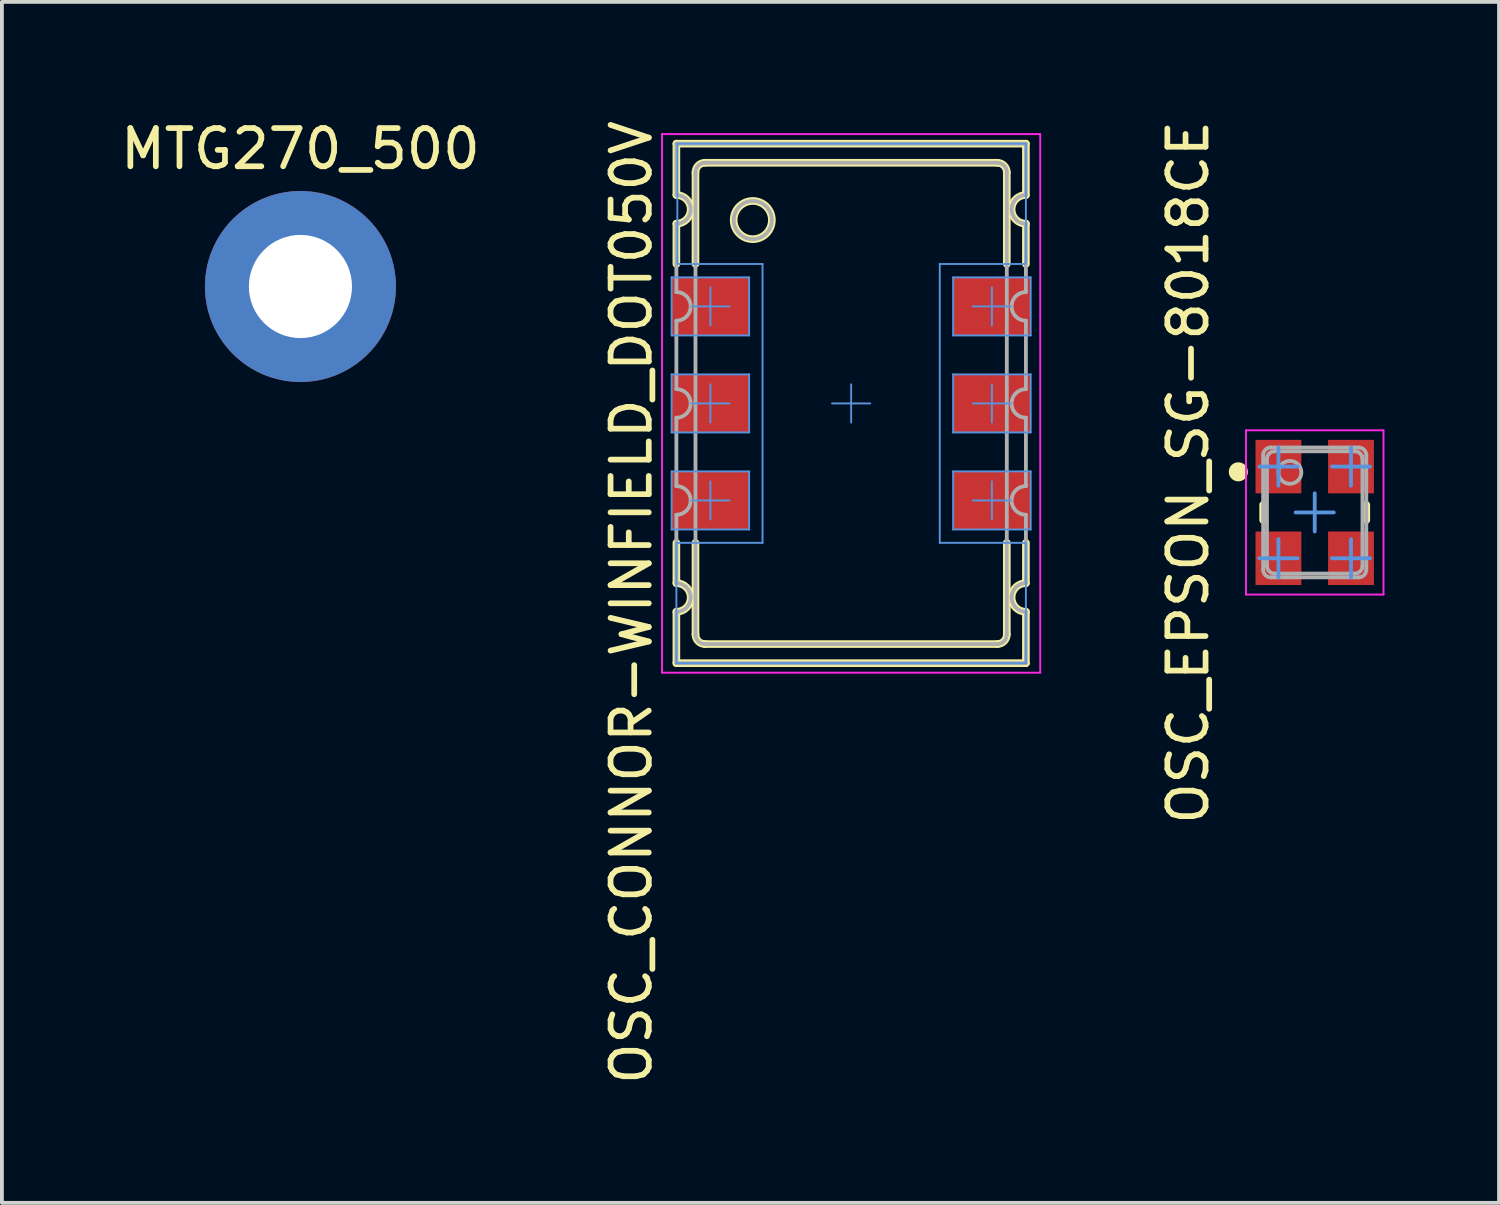
<source format=kicad_pcb>
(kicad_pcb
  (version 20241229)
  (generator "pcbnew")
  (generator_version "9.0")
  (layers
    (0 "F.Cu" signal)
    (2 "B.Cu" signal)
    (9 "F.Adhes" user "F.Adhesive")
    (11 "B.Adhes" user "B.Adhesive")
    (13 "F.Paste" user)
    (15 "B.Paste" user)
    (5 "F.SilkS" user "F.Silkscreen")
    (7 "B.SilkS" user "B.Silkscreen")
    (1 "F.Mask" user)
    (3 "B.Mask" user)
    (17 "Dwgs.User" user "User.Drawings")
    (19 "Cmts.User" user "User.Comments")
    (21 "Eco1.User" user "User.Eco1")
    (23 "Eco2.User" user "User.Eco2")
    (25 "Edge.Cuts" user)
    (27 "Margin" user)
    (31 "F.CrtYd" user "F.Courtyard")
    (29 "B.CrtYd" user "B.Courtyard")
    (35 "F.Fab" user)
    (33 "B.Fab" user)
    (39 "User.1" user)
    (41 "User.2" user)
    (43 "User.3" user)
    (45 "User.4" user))
  (footprint "OSC_CONNOR-WINFIELD_DOT050V"
    (layer "F.Cu")
    (at 19.232 7.511)
    (property "Reference" "OSC_CONNOR-WINFIELD_DOT050V" (at -5.753 5.209 270) (layer "F.SilkS") (effects (font (size 1 1) (thickness 0.15))))
    (attr smd)
    (fp_line (start -4.575 -6.8) (end 4.575 -6.8) (stroke (width 0.2) (type solid)) (layer "F.SilkS"))
    (fp_line (start -4.575 -5.455) (end -4.575 -6.8) (stroke (width 0.2) (type solid)) (layer "F.SilkS"))
    (fp_line (start -4.575 -3.65) (end -4.575 -4.705) (stroke (width 0.2) (type solid)) (layer "F.SilkS"))
    (fp_line (start -4.575 4.705) (end -4.575 3.65) (stroke (width 0.2) (type solid)) (layer "F.SilkS"))
    (fp_line (start -4.575 6.8) (end -4.575 5.455) (stroke (width 0.2) (type solid)) (layer "F.SilkS"))
    (fp_line (start -4.575 6.8) (end 4.575 6.8) (stroke (width 0.2) (type solid)) (layer "F.SilkS"))
    (fp_line (start -4.075 -3.65) (end -4.075 -6.05) (stroke (width 0.2) (type solid)) (layer "F.SilkS"))
    (fp_line (start -4.075 6.05) (end -4.075 3.65) (stroke (width 0.2) (type solid)) (layer "F.SilkS"))
    (fp_line (start -3.825 -6.3) (end 3.825 -6.3) (stroke (width 0.2) (type solid)) (layer "F.SilkS"))
    (fp_line (start -3.825 6.3) (end 3.825 6.3) (stroke (width 0.2) (type solid)) (layer "F.SilkS"))
    (fp_line (start 4.075 -3.65) (end 4.075 -6.05) (stroke (width 0.2) (type solid)) (layer "F.SilkS"))
    (fp_line (start 4.075 6.05) (end 4.075 3.65) (stroke (width 0.2) (type solid)) (layer "F.SilkS"))
    (fp_line (start 4.575 -5.455) (end 4.575 -6.8) (stroke (width 0.2) (type solid)) (layer "F.SilkS"))
    (fp_line (start 4.575 -3.65) (end 4.575 -4.705) (stroke (width 0.2) (type solid)) (layer "F.SilkS"))
    (fp_line (start 4.575 4.705) (end 4.575 3.65) (stroke (width 0.2) (type solid)) (layer "F.SilkS"))
    (fp_line (start 4.575 6.8) (end 4.575 5.455) (stroke (width 0.2) (type solid)) (layer "F.SilkS"))
    (fp_arc (start -4.575 -5.455) (mid -4.2 -5.08) (end -4.575 -4.705) (stroke (width 0.2) (type solid)) (layer "F.SilkS"))
    (fp_arc (start -4.575 4.705) (mid -4.2 5.08) (end -4.575 5.455) (stroke (width 0.2) (type solid)) (layer "F.SilkS"))
    (fp_arc (start -4.075 -6.05) (mid -4.001777 -6.226777) (end -3.825 -6.3) (stroke (width 0.2) (type solid)) (layer "F.SilkS"))
    (fp_arc (start -3.825 6.3) (mid -4.001777 6.226777) (end -4.075 6.05) (stroke (width 0.2) (type solid)) (layer "F.SilkS"))
    (fp_arc (start 3.825 -6.3) (mid 4.001777 -6.226777) (end 4.075 -6.05) (stroke (width 0.2) (type solid)) (layer "F.SilkS"))
    (fp_arc (start 4.075 6.05) (mid 4.001777 6.226777) (end 3.825 6.3) (stroke (width 0.2) (type solid)) (layer "F.SilkS"))
    (fp_arc (start 4.575 -4.705) (mid 4.2 -5.08) (end 4.575 -5.455) (stroke (width 0.2) (type solid)) (layer "F.SilkS"))
    (fp_arc (start 4.575 5.455) (mid 4.2 5.08) (end 4.575 4.705) (stroke (width 0.2) (type solid)) (layer "F.SilkS"))
    (fp_circle (center -2.575 -4.8) (end -2.075 -4.8) (stroke (width 0.2) (type solid)) (fill no) (layer "F.SilkS"))
    (fp_line (start -4.7 -3.3) (end -2.67 -3.3) (stroke (width 0.05) (type solid)) (layer "Cmts.User"))
    (fp_line (start -4.7 -1.78) (end -4.7 -3.3) (stroke (width 0.05) (type solid)) (layer "Cmts.User"))
    (fp_line (start -4.7 -1.78) (end -2.67 -1.78) (stroke (width 0.05) (type solid)) (layer "Cmts.User"))
    (fp_line (start -4.7 -0.76) (end -2.67 -0.76) (stroke (width 0.05) (type solid)) (layer "Cmts.User"))
    (fp_line (start -4.7 0.76) (end -4.7 -0.76) (stroke (width 0.05) (type solid)) (layer "Cmts.User"))
    (fp_line (start -4.7 0.76) (end -2.67 0.76) (stroke (width 0.05) (type solid)) (layer "Cmts.User"))
    (fp_line (start -4.7 1.78) (end -2.67 1.78) (stroke (width 0.05) (type solid)) (layer "Cmts.User"))
    (fp_line (start -4.7 3.3) (end -4.7 1.78) (stroke (width 0.05) (type solid)) (layer "Cmts.User"))
    (fp_line (start -4.7 3.3) (end -2.67 3.3) (stroke (width 0.05) (type solid)) (layer "Cmts.User"))
    (fp_line (start -4.575 6.8) (end -4.575 3.65) (stroke (width 0.05) (type solid)) (layer "Cmts.User"))
    (fp_line (start -4.575 6.8) (end 4.575 6.8) (stroke (width 0.05) (type solid)) (layer "Cmts.User"))
    (fp_line (start -4.55 -6.8) (end 4.575 -6.8) (stroke (width 0.05) (type solid)) (layer "Cmts.User"))
    (fp_line (start -4.55 -3.675) (end -4.55 -6.8) (stroke (width 0.05) (type solid)) (layer "Cmts.User"))
    (fp_line (start -4.55 -3.65) (end -2.32 -3.65) (stroke (width 0.05) (type solid)) (layer "Cmts.User"))
    (fp_line (start -4.55 3.65) (end -2.32 3.65) (stroke (width 0.05) (type solid)) (layer "Cmts.User"))
    (fp_line (start -4.185 -2.54) (end -3.685 -2.54) (stroke (width 0.05) (type solid)) (layer "Cmts.User"))
    (fp_line (start -4.185 0) (end -3.685 0) (stroke (width 0.05) (type solid)) (layer "Cmts.User"))
    (fp_line (start -4.185 2.54) (end -3.685 2.54) (stroke (width 0.05) (type solid)) (layer "Cmts.User"))
    (fp_line (start -3.685 -2.54) (end -3.685 -3.04) (stroke (width 0.05) (type solid)) (layer "Cmts.User"))
    (fp_line (start -3.685 -2.54) (end -3.185 -2.54) (stroke (width 0.05) (type solid)) (layer "Cmts.User"))
    (fp_line (start -3.685 -2.04) (end -3.685 -2.54) (stroke (width 0.05) (type solid)) (layer "Cmts.User"))
    (fp_line (start -3.685 0) (end -3.685 -0.5) (stroke (width 0.05) (type solid)) (layer "Cmts.User"))
    (fp_line (start -3.685 0) (end -3.185 0) (stroke (width 0.05) (type solid)) (layer "Cmts.User"))
    (fp_line (start -3.685 0.5) (end -3.685 0) (stroke (width 0.05) (type solid)) (layer "Cmts.User"))
    (fp_line (start -3.685 2.54) (end -3.685 2.04) (stroke (width 0.05) (type solid)) (layer "Cmts.User"))
    (fp_line (start -3.685 2.54) (end -3.185 2.54) (stroke (width 0.05) (type solid)) (layer "Cmts.User"))
    (fp_line (start -3.685 3.04) (end -3.685 2.54) (stroke (width 0.05) (type solid)) (layer "Cmts.User"))
    (fp_line (start -2.67 -1.78) (end -2.67 -3.3) (stroke (width 0.05) (type solid)) (layer "Cmts.User"))
    (fp_line (start -2.67 0.76) (end -2.67 -0.76) (stroke (width 0.05) (type solid)) (layer "Cmts.User"))
    (fp_line (start -2.67 3.3) (end -2.67 1.78) (stroke (width 0.05) (type solid)) (layer "Cmts.User"))
    (fp_line (start -2.32 3.65) (end -2.32 -3.65) (stroke (width 0.05) (type solid)) (layer "Cmts.User"))
    (fp_line (start -0.5 0) (end 0 0) (stroke (width 0.05) (type solid)) (layer "Cmts.User"))
    (fp_line (start 0 0) (end 0 -0.5) (stroke (width 0.05) (type solid)) (layer "Cmts.User"))
    (fp_line (start 0 0) (end 0.5 0) (stroke (width 0.05) (type solid)) (layer "Cmts.User"))
    (fp_line (start 0 0.5) (end 0 0) (stroke (width 0.05) (type solid)) (layer "Cmts.User"))
    (fp_line (start 2.32 -3.65) (end 4.55 -3.65) (stroke (width 0.05) (type solid)) (layer "Cmts.User"))
    (fp_line (start 2.32 3.65) (end 2.32 -3.65) (stroke (width 0.05) (type solid)) (layer "Cmts.User"))
    (fp_line (start 2.32 3.65) (end 4.55 3.65) (stroke (width 0.05) (type solid)) (layer "Cmts.User"))
    (fp_line (start 2.67 -3.3) (end 4.7 -3.3) (stroke (width 0.05) (type solid)) (layer "Cmts.User"))
    (fp_line (start 2.67 -1.78) (end 2.67 -3.3) (stroke (width 0.05) (type solid)) (layer "Cmts.User"))
    (fp_line (start 2.67 -1.78) (end 4.7 -1.78) (stroke (width 0.05) (type solid)) (layer "Cmts.User"))
    (fp_line (start 2.67 -0.76) (end 4.7 -0.76) (stroke (width 0.05) (type solid)) (layer "Cmts.User"))
    (fp_line (start 2.67 0.76) (end 2.67 -0.76) (stroke (width 0.05) (type solid)) (layer "Cmts.User"))
    (fp_line (start 2.67 0.76) (end 4.7 0.76) (stroke (width 0.05) (type solid)) (layer "Cmts.User"))
    (fp_line (start 2.67 1.78) (end 4.7 1.78) (stroke (width 0.05) (type solid)) (layer "Cmts.User"))
    (fp_line (start 2.67 3.3) (end 2.67 1.78) (stroke (width 0.05) (type solid)) (layer "Cmts.User"))
    (fp_line (start 2.67 3.3) (end 4.7 3.3) (stroke (width 0.05) (type solid)) (layer "Cmts.User"))
    (fp_line (start 3.185 -2.54) (end 3.685 -2.54) (stroke (width 0.05) (type solid)) (layer "Cmts.User"))
    (fp_line (start 3.185 0) (end 3.685 0) (stroke (width 0.05) (type solid)) (layer "Cmts.User"))
    (fp_line (start 3.185 2.54) (end 3.685 2.54) (stroke (width 0.05) (type solid)) (layer "Cmts.User"))
    (fp_line (start 3.685 -2.54) (end 3.685 -3.04) (stroke (width 0.05) (type solid)) (layer "Cmts.User"))
    (fp_line (start 3.685 -2.54) (end 4.185 -2.54) (stroke (width 0.05) (type solid)) (layer "Cmts.User"))
    (fp_line (start 3.685 -2.04) (end 3.685 -2.54) (stroke (width 0.05) (type solid)) (layer "Cmts.User"))
    (fp_line (start 3.685 0) (end 3.685 -0.5) (stroke (width 0.05) (type solid)) (layer "Cmts.User"))
    (fp_line (start 3.685 0) (end 4.185 0) (stroke (width 0.05) (type solid)) (layer "Cmts.User"))
    (fp_line (start 3.685 0.5) (end 3.685 0) (stroke (width 0.05) (type solid)) (layer "Cmts.User"))
    (fp_line (start 3.685 2.54) (end 3.685 2.04) (stroke (width 0.05) (type solid)) (layer "Cmts.User"))
    (fp_line (start 3.685 2.54) (end 4.185 2.54) (stroke (width 0.05) (type solid)) (layer "Cmts.User"))
    (fp_line (start 3.685 3.04) (end 3.685 2.54) (stroke (width 0.05) (type solid)) (layer "Cmts.User"))
    (fp_line (start 4.575 -3.675) (end 4.575 -6.8) (stroke (width 0.05) (type solid)) (layer "Cmts.User"))
    (fp_line (start 4.575 6.8) (end 4.575 3.65) (stroke (width 0.05) (type solid)) (layer "Cmts.User"))
    (fp_line (start 4.7 -1.78) (end 4.7 -3.3) (stroke (width 0.05) (type solid)) (layer "Cmts.User"))
    (fp_line (start 4.7 0.76) (end 4.7 -0.76) (stroke (width 0.05) (type solid)) (layer "Cmts.User"))
    (fp_line (start 4.7 3.3) (end 4.7 1.78) (stroke (width 0.05) (type solid)) (layer "Cmts.User"))
    (fp_line (start -4.95 -7.05) (end 4.95 -7.05) (stroke (width 0.05) (type solid)) (layer "F.CrtYd"))
    (fp_line (start -4.95 7.05) (end -4.95 -7.05) (stroke (width 0.05) (type solid)) (layer "F.CrtYd"))
    (fp_line (start -4.95 7.05) (end 4.95 7.05) (stroke (width 0.05) (type solid)) (layer "F.CrtYd"))
    (fp_line (start 4.95 7.05) (end 4.95 -7.05) (stroke (width 0.05) (type solid)) (layer "F.CrtYd"))
    (fp_line (start -4.575 -6.8) (end 4.575 -6.8) (stroke (width 0.1) (type solid)) (layer "F.Fab"))
    (fp_line (start -4.575 -5.455) (end -4.575 -6.8) (stroke (width 0.1) (type solid)) (layer "F.Fab"))
    (fp_line (start -4.575 -2.915) (end -4.575 -4.705) (stroke (width 0.1) (type solid)) (layer "F.Fab"))
    (fp_line (start -4.575 -0.375) (end -4.575 -2.165) (stroke (width 0.1) (type solid)) (layer "F.Fab"))
    (fp_line (start -4.575 2.165) (end -4.575 0.375) (stroke (width 0.1) (type solid)) (layer "F.Fab"))
    (fp_line (start -4.575 4.705) (end -4.575 2.915) (stroke (width 0.1) (type solid)) (layer "F.Fab"))
    (fp_line (start -4.575 6.8) (end -4.575 5.455) (stroke (width 0.1) (type solid)) (layer "F.Fab"))
    (fp_line (start -4.575 6.8) (end 4.575 6.8) (stroke (width 0.1) (type solid)) (layer "F.Fab"))
    (fp_line (start -4.075 6.05) (end -4.075 -6.05) (stroke (width 0.1) (type solid)) (layer "F.Fab"))
    (fp_line (start -3.825 -6.3) (end 3.825 -6.3) (stroke (width 0.1) (type solid)) (layer "F.Fab"))
    (fp_line (start -3.825 6.3) (end 3.825 6.3) (stroke (width 0.1) (type solid)) (layer "F.Fab"))
    (fp_line (start 4.075 6.05) (end 4.075 -6.05) (stroke (width 0.1) (type solid)) (layer "F.Fab"))
    (fp_line (start 4.575 -5.455) (end 4.575 -6.8) (stroke (width 0.1) (type solid)) (layer "F.Fab"))
    (fp_line (start 4.575 -2.915) (end 4.575 -4.705) (stroke (width 0.1) (type solid)) (layer "F.Fab"))
    (fp_line (start 4.575 -0.375) (end 4.575 -2.165) (stroke (width 0.1) (type solid)) (layer "F.Fab"))
    (fp_line (start 4.575 2.165) (end 4.575 0.375) (stroke (width 0.1) (type solid)) (layer "F.Fab"))
    (fp_line (start 4.575 4.705) (end 4.575 2.915) (stroke (width 0.1) (type solid)) (layer "F.Fab"))
    (fp_line (start 4.575 6.8) (end 4.575 5.455) (stroke (width 0.1) (type solid)) (layer "F.Fab"))
    (fp_arc (start -4.575 -5.455) (mid -4.2 -5.08) (end -4.575 -4.705) (stroke (width 0.1) (type solid)) (layer "F.Fab"))
    (fp_arc (start -4.575 -2.915) (mid -4.2 -2.54) (end -4.575 -2.165) (stroke (width 0.1) (type solid)) (layer "F.Fab"))
    (fp_arc (start -4.575 -0.375) (mid -4.2 0) (end -4.575 0.375) (stroke (width 0.1) (type solid)) (layer "F.Fab"))
    (fp_arc (start -4.575 2.165) (mid -4.2 2.54) (end -4.575 2.915) (stroke (width 0.1) (type solid)) (layer "F.Fab"))
    (fp_arc (start -4.575 4.705) (mid -4.2 5.08) (end -4.575 5.455) (stroke (width 0.1) (type solid)) (layer "F.Fab"))
    (fp_arc (start -4.075 -6.05) (mid -4.001777 -6.226777) (end -3.825 -6.3) (stroke (width 0.1) (type solid)) (layer "F.Fab"))
    (fp_arc (start -3.825 6.3) (mid -4.001777 6.226777) (end -4.075 6.05) (stroke (width 0.1) (type solid)) (layer "F.Fab"))
    (fp_arc (start 3.825 -6.3) (mid 4.001777 -6.226777) (end 4.075 -6.05) (stroke (width 0.1) (type solid)) (layer "F.Fab"))
    (fp_arc (start 4.075 6.05) (mid 4.001777 6.226777) (end 3.825 6.3) (stroke (width 0.1) (type solid)) (layer "F.Fab"))
    (fp_arc (start 4.575 -4.705) (mid 4.2 -5.08) (end 4.575 -5.455) (stroke (width 0.1) (type solid)) (layer "F.Fab"))
    (fp_arc (start 4.575 -2.165) (mid 4.2 -2.54) (end 4.575 -2.915) (stroke (width 0.1) (type solid)) (layer "F.Fab"))
    (fp_arc (start 4.575 0.375) (mid 4.2 0) (end 4.575 -0.375) (stroke (width 0.1) (type solid)) (layer "F.Fab"))
    (fp_arc (start 4.575 2.915) (mid 4.2 2.54) (end 4.575 2.165) (stroke (width 0.1) (type solid)) (layer "F.Fab"))
    (fp_arc (start 4.575 5.455) (mid 4.2 5.08) (end 4.575 4.705) (stroke (width 0.1) (type solid)) (layer "F.Fab"))
    (fp_circle (center -2.575 -4.8) (end -2.075 -4.8) (stroke (width 0.1) (type solid)) (fill no) (layer "F.Fab"))
    (pad "1" smd rect (at -3.685 -2.54) (size 2.03 1.52) (layers "F.Cu" "F.Mask" "F.Paste"))
    (pad "2" smd rect (at -3.685 0) (size 2.03 1.52) (layers "F.Cu" "F.Mask" "F.Paste"))
    (pad "3" smd rect (at -3.685 2.54) (size 2.03 1.52) (layers "F.Cu" "F.Mask" "F.Paste"))
    (pad "4" smd rect (at 3.685 2.54) (size 2.03 1.52) (layers "F.Cu" "F.Mask" "F.Paste"))
    (pad "5" smd rect (at 3.685 0) (size 2.03 1.52) (layers "F.Cu" "F.Mask" "F.Paste"))
    (pad "6" smd rect (at 3.685 -2.54) (size 2.03 1.52) (layers "F.Cu" "F.Mask" "F.Paste")))
  (footprint "MTG270_500"
    (layer "F.Cu")
    (at 4.815 4.45)
    (property "Reference" "MTG270_500" (at 0 -3.602 0) (layer "F.SilkS") (effects (font (size 1 1) (thickness 0.15))))
    (attr through_hole)
    (pad "1" thru_hole circle (at 0 0) (size 5 5) (drill 2.7) (layers "*.Cu" "*.Mask")))
  (footprint "OSC_EPSON_SG-8018CE"
    (layer "F.Cu")
    (at 31.368 10.365)
    (property "Reference" "OSC_EPSON_SG-8018CE" (at -3.313 -1.05 270) (layer "F.SilkS") (effects (font (size 1 1) (thickness 0.15))))
    (attr smd)
    (fp_line (start -1.35 0.2) (end -1.35 -0.2) (stroke (width 0.2) (type solid)) (layer "F.SilkS"))
    (fp_line (start 1.35 0.2) (end 1.35 -0.2) (stroke (width 0.2) (type solid)) (layer "F.SilkS"))
    (fp_circle (center -2 -1.063) (end -1.875 -1.063) (stroke (width 0.25) (type solid)) (fill no) (layer "F.SilkS"))
    (fp_line (start -1.45 -1.2) (end -0.95 -1.2) (stroke (width 0.1) (type solid)) (layer "Cmts.User"))
    (fp_line (start -1.45 1.2) (end -0.95 1.2) (stroke (width 0.1) (type solid)) (layer "Cmts.User"))
    (fp_line (start -0.95 -1.2) (end -0.95 -1.7) (stroke (width 0.1) (type solid)) (layer "Cmts.User"))
    (fp_line (start -0.95 -1.2) (end -0.45 -1.2) (stroke (width 0.1) (type solid)) (layer "Cmts.User"))
    (fp_line (start -0.95 -0.7) (end -0.95 -1.2) (stroke (width 0.1) (type solid)) (layer "Cmts.User"))
    (fp_line (start -0.95 1.2) (end -0.95 0.7) (stroke (width 0.1) (type solid)) (layer "Cmts.User"))
    (fp_line (start -0.95 1.2) (end -0.45 1.2) (stroke (width 0.1) (type solid)) (layer "Cmts.User"))
    (fp_line (start -0.95 1.7) (end -0.95 1.2) (stroke (width 0.1) (type solid)) (layer "Cmts.User"))
    (fp_line (start -0.5 0) (end 0 0) (stroke (width 0.1) (type solid)) (layer "Cmts.User"))
    (fp_line (start 0 0) (end 0 -0.5) (stroke (width 0.1) (type solid)) (layer "Cmts.User"))
    (fp_line (start 0 0) (end 0.5 0) (stroke (width 0.1) (type solid)) (layer "Cmts.User"))
    (fp_line (start 0 0.5) (end 0 0) (stroke (width 0.1) (type solid)) (layer "Cmts.User"))
    (fp_line (start 0.45 -1.2) (end 0.95 -1.2) (stroke (width 0.1) (type solid)) (layer "Cmts.User"))
    (fp_line (start 0.45 1.2) (end 0.95 1.2) (stroke (width 0.1) (type solid)) (layer "Cmts.User"))
    (fp_line (start 0.95 -1.2) (end 0.95 -1.7) (stroke (width 0.1) (type solid)) (layer "Cmts.User"))
    (fp_line (start 0.95 -1.2) (end 1.45 -1.2) (stroke (width 0.1) (type solid)) (layer "Cmts.User"))
    (fp_line (start 0.95 -0.7) (end 0.95 -1.2) (stroke (width 0.1) (type solid)) (layer "Cmts.User"))
    (fp_line (start 0.95 1.2) (end 0.95 0.7) (stroke (width 0.1) (type solid)) (layer "Cmts.User"))
    (fp_line (start 0.95 1.2) (end 1.45 1.2) (stroke (width 0.1) (type solid)) (layer "Cmts.User"))
    (fp_line (start 0.95 1.7) (end 0.95 1.2) (stroke (width 0.1) (type solid)) (layer "Cmts.User"))
    (fp_line (start -1.8 -2.15) (end 1.8 -2.15) (stroke (width 0.05) (type solid)) (layer "F.CrtYd"))
    (fp_line (start -1.8 2.15) (end -1.8 -2.15) (stroke (width 0.05) (type solid)) (layer "F.CrtYd"))
    (fp_line (start -1.8 2.15) (end 1.8 2.15) (stroke (width 0.05) (type solid)) (layer "F.CrtYd"))
    (fp_line (start 1.8 2.15) (end 1.8 -2.15) (stroke (width 0.05) (type solid)) (layer "F.CrtYd"))
    (fp_line (start -1.35 1.5) (end -1.35 -1.5) (stroke (width 0.1) (type solid)) (layer "F.Fab"))
    (fp_line (start -1.25 1.4) (end -1.25 -1.4) (stroke (width 0.1) (type solid)) (layer "F.Fab"))
    (fp_line (start -1.15 -1.7) (end 1.15 -1.7) (stroke (width 0.1) (type solid)) (layer "F.Fab"))
    (fp_line (start -1.15 1.7) (end 1.15 1.7) (stroke (width 0.1) (type solid)) (layer "F.Fab"))
    (fp_line (start -1.05 -1.6) (end 1.05 -1.6) (stroke (width 0.1) (type solid)) (layer "F.Fab"))
    (fp_line (start -1.05 1.6) (end 1.05 1.6) (stroke (width 0.1) (type solid)) (layer "F.Fab"))
    (fp_line (start 1.25 1.4) (end 1.25 -1.4) (stroke (width 0.1) (type solid)) (layer "F.Fab"))
    (fp_line (start 1.35 1.5) (end 1.35 -1.5) (stroke (width 0.1) (type solid)) (layer "F.Fab"))
    (fp_arc (start -1.35 -1.5) (mid -1.291421 -1.641421) (end -1.15 -1.7) (stroke (width 0.1) (type solid)) (layer "F.Fab"))
    (fp_arc (start -1.25 -1.4) (mid -1.191421 -1.541421) (end -1.05 -1.6) (stroke (width 0.1) (type solid)) (layer "F.Fab"))
    (fp_arc (start -1.15 1.7) (mid -1.291421 1.641421) (end -1.35 1.5) (stroke (width 0.1) (type solid)) (layer "F.Fab"))
    (fp_arc (start -1.05 1.6) (mid -1.191421 1.541421) (end -1.25 1.4) (stroke (width 0.1) (type solid)) (layer "F.Fab"))
    (fp_arc (start 1.05 -1.6) (mid 1.191421 -1.541421) (end 1.25 -1.4) (stroke (width 0.1) (type solid)) (layer "F.Fab"))
    (fp_arc (start 1.15 -1.7) (mid 1.291421 -1.641421) (end 1.35 -1.5) (stroke (width 0.1) (type solid)) (layer "F.Fab"))
    (fp_arc (start 1.25 1.4) (mid 1.191421 1.541421) (end 1.05 1.6) (stroke (width 0.1) (type solid)) (layer "F.Fab"))
    (fp_arc (start 1.35 1.5) (mid 1.291421 1.641421) (end 1.15 1.7) (stroke (width 0.1) (type solid)) (layer "F.Fab"))
    (fp_circle (center -0.65 -1.05) (end -0.35 -1.05) (stroke (width 0.1) (type solid)) (fill no) (layer "F.Fab"))
    (pad "1" smd rect (at -0.95 -1.2) (size 1.2 1.4) (layers "F.Cu" "F.Mask" "F.Paste"))
    (pad "2" smd rect (at -0.95 1.2) (size 1.2 1.4) (layers "F.Cu" "F.Mask" "F.Paste"))
    (pad "3" smd rect (at 0.95 1.2) (size 1.2 1.4) (layers "F.Cu" "F.Mask" "F.Paste"))
    (pad "4" smd rect (at 0.95 -1.2) (size 1.2 1.4) (layers "F.Cu" "F.Mask" "F.Paste")))
  (gr_rect
    (start -3 -3)
    (end 36.193 28.44)
    (stroke (width 0.1) (type default))
    (fill no)
    (layer "Edge.Cuts")))
</source>
